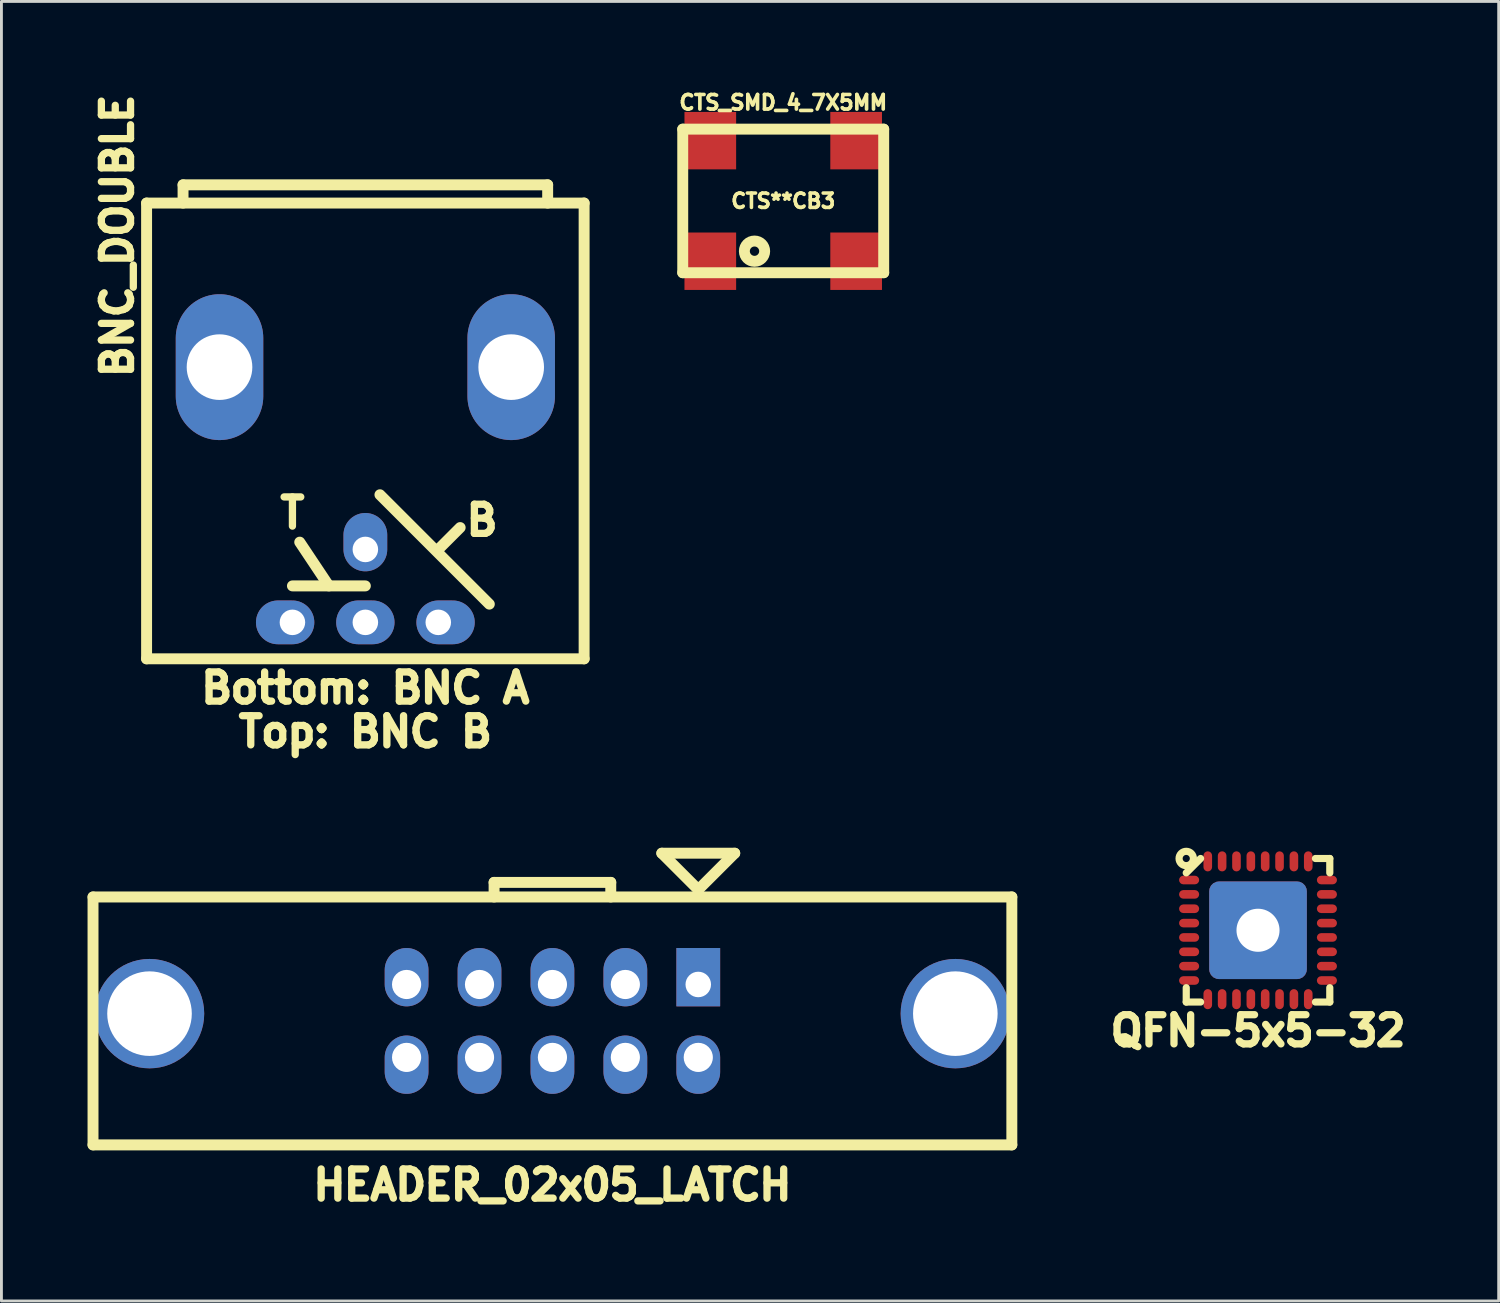
<source format=kicad_pcb>
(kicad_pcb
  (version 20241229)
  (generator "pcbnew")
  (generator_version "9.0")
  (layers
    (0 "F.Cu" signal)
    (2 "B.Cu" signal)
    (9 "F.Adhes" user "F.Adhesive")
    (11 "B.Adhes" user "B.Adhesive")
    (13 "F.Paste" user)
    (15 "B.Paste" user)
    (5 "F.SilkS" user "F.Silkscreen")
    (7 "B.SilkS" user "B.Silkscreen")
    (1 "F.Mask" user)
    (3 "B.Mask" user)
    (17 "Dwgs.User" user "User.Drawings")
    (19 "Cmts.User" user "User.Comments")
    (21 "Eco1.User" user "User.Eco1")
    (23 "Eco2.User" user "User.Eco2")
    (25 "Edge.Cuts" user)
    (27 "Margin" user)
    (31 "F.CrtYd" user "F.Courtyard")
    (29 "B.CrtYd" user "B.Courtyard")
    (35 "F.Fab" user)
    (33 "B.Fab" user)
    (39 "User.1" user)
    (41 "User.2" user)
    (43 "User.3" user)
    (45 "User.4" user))
  (footprint "CTS_SMD_4_7X5MM"
    (layer "F.Cu")
    (at 24.231 3.949)
    (property "Reference" "CTS_SMD_4_7X5MM" (at 0 -3.429 0) (layer "F.SilkS") (effects (font (size 0.508 0.508) (thickness 0.127))))
    (attr through_hole)
    (fp_line (start -3.5 -2.5) (end -3.5 2.5) (stroke (width 0.381) (type solid)) (layer "F.SilkS"))
    (fp_line (start -3.5 2.5) (end 3.5 2.5) (stroke (width 0.381) (type solid)) (layer "F.SilkS"))
    (fp_line (start 3.5 -2.5) (end -3.5 -2.5) (stroke (width 0.381) (type solid)) (layer "F.SilkS"))
    (fp_line (start 3.5 2.5) (end 3.5 -2.5) (stroke (width 0.381) (type solid)) (layer "F.SilkS"))
    (fp_circle (center -1 1.75) (end -0.75 1.5) (stroke (width 0.381) (type solid)) (fill no) (layer "F.SilkS"))
    (fp_text user "CTS**CB3" (at 0 0 0) (layer "F.SilkS") (effects (font (size 0.5 0.5) (thickness 0.125))))
    (pad "1" smd rect (at -2.54 2.1) (size 1.8 2) (layers "F.Cu" "F.Mask" "F.Paste"))
    (pad "2" smd rect (at 2.54 2.1) (size 1.8 2) (layers "F.Cu" "F.Mask" "F.Paste"))
    (pad "3" smd rect (at 2.54 -2.1) (size 1.8 2) (layers "F.Cu" "F.Mask" "F.Paste"))
    (pad "4" smd rect (at -2.54 -2.1) (size 1.8 2) (layers "F.Cu" "F.Mask" "F.Paste")))
  (footprint "BNC_DOUBLE"
    (layer "F.Cu")
    (at 9.676 9.738)
    (property "Reference" "BNC_DOUBLE" (at -8.636 -4.572 270) (layer "F.SilkS") (effects (font (size 1.016 1.016) (thickness 0.254))))
    (attr through_hole)
    (fp_line (start -7.62 -5.715) (end -7.62 10.16) (stroke (width 0.381) (type solid)) (layer "F.SilkS"))
    (fp_line (start -7.62 10.16) (end 7.62 10.16) (stroke (width 0.381) (type solid)) (layer "F.SilkS"))
    (fp_line (start -6.35 -6.35) (end 6.35 -6.35) (stroke (width 0.381) (type solid)) (layer "F.SilkS"))
    (fp_line (start -6.35 -5.715) (end -6.35 -6.35) (stroke (width 0.381) (type solid)) (layer "F.SilkS"))
    (fp_line (start -1.27 7.62) (end -2.286 6.096) (stroke (width 0.381) (type solid)) (layer "F.SilkS"))
    (fp_line (start 0 7.62) (end -2.54 7.62) (stroke (width 0.381) (type solid)) (layer "F.SilkS"))
    (fp_line (start 2.54 6.35) (end 3.302 5.588) (stroke (width 0.381) (type solid)) (layer "F.SilkS"))
    (fp_line (start 4.318 8.255) (end 0.508 4.445) (stroke (width 0.381) (type solid)) (layer "F.SilkS"))
    (fp_line (start 6.35 -6.35) (end 6.35 -5.715) (stroke (width 0.381) (type solid)) (layer "F.SilkS"))
    (fp_line (start 7.62 -5.715) (end -7.62 -5.715) (stroke (width 0.381) (type solid)) (layer "F.SilkS"))
    (fp_line (start 7.62 10.16) (end 7.62 -5.715) (stroke (width 0.381) (type solid)) (layer "F.SilkS"))
    (fp_text user "B" (at 4.064 5.334 0) (layer "F.SilkS") (effects (font (size 1.016 1.016) (thickness 0.254))))
    (fp_text user "T" (at -2.54 5.08 0) (layer "F.SilkS") (effects (font (size 1.016 1.016) (thickness 0.254))))
    (fp_text user "Bottom: BNC A" (at 0 11.176 0) (layer "F.SilkS") (effects (font (size 1.016 1.016) (thickness 0.254))))
    (fp_text user "Top: BNC B" (at 0 12.7 0) (layer "F.SilkS") (effects (font (size 1.016 1.016) (thickness 0.254))))
    (pad "" thru_hole oval (at -5.08 0) (size 3.048 5.08) (drill 2.286) (layers "*.Cu" "*.Mask"))
    (pad "" thru_hole oval (at 5.08 0) (size 3.048 5.08) (drill 2.286) (layers "*.Cu" "*.Mask"))
    (pad "1" thru_hole oval (at 0 6.35) (size 1.524 2.032) (drill 0.889 (offset 0 -0.254)) (layers "*.Cu" "*.Mask"))
    (pad "2" thru_hole oval (at 2.54 8.89) (size 2.032 1.524) (drill 0.889 (offset 0.254 0)) (layers "*.Cu" "*.Mask"))
    (pad "3" thru_hole oval (at 0 8.89) (size 2.032 1.524) (drill 0.889) (layers "*.Cu" "*.Mask"))
    (pad "4" thru_hole oval (at -2.54 8.89) (size 2.032 1.524) (drill 0.889 (offset -0.254 0)) (layers "*.Cu" "*.Mask")))
  (footprint "HEADER_02x05_LATCH"
    (layer "F.Cu")
    (at 16.192 32.511)
    (property "Reference" "HEADER_02x05_LATCH" (at 0 5.715 0) (layer "F.SilkS") (effects (font (size 1.016 1.016) (thickness 0.254))))
    (attr through_hole)
    (fp_line (start -16.002 -4.318) (end -16.002 4.318) (stroke (width 0.381) (type solid)) (layer "F.SilkS"))
    (fp_line (start -16.002 4.318) (end 16.002 4.318) (stroke (width 0.381) (type solid)) (layer "F.SilkS"))
    (fp_line (start -2.032 -4.826) (end 2.032 -4.826) (stroke (width 0.381) (type solid)) (layer "F.SilkS"))
    (fp_line (start -2.032 -4.318) (end -2.032 -4.826) (stroke (width 0.381) (type solid)) (layer "F.SilkS"))
    (fp_line (start 2.032 -4.826) (end 2.032 -4.318) (stroke (width 0.381) (type solid)) (layer "F.SilkS"))
    (fp_line (start 3.81 -5.842) (end 5.08 -4.572) (stroke (width 0.381) (type solid)) (layer "F.SilkS"))
    (fp_line (start 5.08 -4.572) (end 6.35 -5.842) (stroke (width 0.381) (type solid)) (layer "F.SilkS"))
    (fp_line (start 6.35 -5.842) (end 3.81 -5.842) (stroke (width 0.381) (type solid)) (layer "F.SilkS"))
    (fp_line (start 16.002 -4.318) (end -16.002 -4.318) (stroke (width 0.381) (type solid)) (layer "F.SilkS"))
    (fp_line (start 16.002 -4.318) (end 16.002 4.318) (stroke (width 0.381) (type solid)) (layer "F.SilkS"))
    (pad "" thru_hole circle (at -14.034 -0.254) (size 3.81 3.81) (drill 2.946) (layers "*.Cu" "*.Mask"))
    (pad "" thru_hole circle (at 14.034 -0.254) (size 3.81 3.81) (drill 2.946) (layers "*.Cu" "*.Mask"))
    (pad "1" thru_hole rect (at 5.08 -1.27) (size 1.524 2.032) (drill 0.889 (offset 0 -0.254)) (layers "*.Cu" "*.Mask"))
    (pad "2" thru_hole oval (at 5.08 1.27) (size 1.524 2.032) (drill 1.016 (offset 0 0.254)) (layers "*.Cu" "*.Mask"))
    (pad "3" thru_hole oval (at 2.54 -1.27) (size 1.524 2.032) (drill 1.016 (offset 0 -0.254)) (layers "*.Cu" "*.Mask"))
    (pad "4" thru_hole oval (at 2.54 1.27) (size 1.524 2.032) (drill 1.016 (offset 0 0.254)) (layers "*.Cu" "*.Mask"))
    (pad "5" thru_hole oval (at 0 -1.27) (size 1.524 2.032) (drill 1.016 (offset 0 -0.254)) (layers "*.Cu" "*.Mask"))
    (pad "6" thru_hole oval (at 0 1.27) (size 1.524 2.032) (drill 1.016 (offset 0 0.254)) (layers "*.Cu" "*.Mask"))
    (pad "7" thru_hole oval (at -2.54 -1.27) (size 1.524 2.032) (drill 1.016 (offset 0 -0.254)) (layers "*.Cu" "*.Mask"))
    (pad "8" thru_hole oval (at -2.54 1.27) (size 1.524 2.032) (drill 1.016 (offset 0 0.254)) (layers "*.Cu" "*.Mask"))
    (pad "9" thru_hole oval (at -5.08 -1.27) (size 1.524 2.032) (drill 1.016 (offset 0 -0.254)) (layers "*.Cu" "*.Mask"))
    (pad "10" thru_hole oval (at -5.08 1.27) (size 1.524 2.032) (drill 1.016 (offset 0 0.254)) (layers "*.Cu" "*.Mask")))
  (footprint "QFN-5x5-32"
    (layer "F.Cu")
    (at 40.769 29.353)
    (property "Reference" "QFN-5x5-32" (at 0 3.5 0) (layer "F.SilkS") (effects (font (size 1.016 1.016) (thickness 0.254))))
    (attr through_hole)
    (fp_line (start -2.5 2) (end -2.5 2.5) (stroke (width 0.25) (type solid)) (layer "F.SilkS"))
    (fp_line (start -2.5 2.5) (end -2 2.5) (stroke (width 0.25) (type solid)) (layer "F.SilkS"))
    (fp_line (start -2 -2.5) (end -2.5 -2) (stroke (width 0.25) (type solid)) (layer "F.SilkS"))
    (fp_line (start 2 -2.5) (end 2.5 -2.5) (stroke (width 0.25) (type solid)) (layer "F.SilkS"))
    (fp_line (start 2.5 -2.5) (end 2.5 -2) (stroke (width 0.25) (type solid)) (layer "F.SilkS"))
    (fp_line (start 2.5 2) (end 2.5 2.5) (stroke (width 0.25) (type solid)) (layer "F.SilkS"))
    (fp_line (start 2.5 2.5) (end 2 2.5) (stroke (width 0.25) (type solid)) (layer "F.SilkS"))
    (fp_circle (center -2.5 -2.5) (end -2.5 -2.75) (stroke (width 0.25) (type solid)) (fill no) (layer "F.SilkS"))
    (pad "1" smd roundrect (at -2.4 -1.75) (size 0.7 0.3) (layers "F.Cu" "F.Mask" "F.Paste") (roundrect_rratio 0.5))
    (pad "2" smd roundrect (at -2.4 -1.25) (size 0.7 0.3) (layers "F.Cu" "F.Mask" "F.Paste") (roundrect_rratio 0.5))
    (pad "3" smd roundrect (at -2.4 -0.75) (size 0.7 0.3) (layers "F.Cu" "F.Mask" "F.Paste") (roundrect_rratio 0.5))
    (pad "4" smd roundrect (at -2.4 -0.25) (size 0.7 0.3) (layers "F.Cu" "F.Mask" "F.Paste") (roundrect_rratio 0.5))
    (pad "5" smd roundrect (at -2.4 0.25) (size 0.7 0.3) (layers "F.Cu" "F.Mask" "F.Paste") (roundrect_rratio 0.5))
    (pad "6" smd roundrect (at -2.4 0.75) (size 0.7 0.3) (layers "F.Cu" "F.Mask" "F.Paste") (roundrect_rratio 0.5))
    (pad "7" smd roundrect (at -2.4 1.25) (size 0.7 0.3) (layers "F.Cu" "F.Mask" "F.Paste") (roundrect_rratio 0.5))
    (pad "8" smd roundrect (at -2.4 1.75) (size 0.7 0.3) (layers "F.Cu" "F.Mask" "F.Paste") (roundrect_rratio 0.5))
    (pad "9" smd roundrect (at -1.75 2.4) (size 0.3 0.7) (layers "F.Cu" "F.Mask" "F.Paste") (roundrect_rratio 0.5))
    (pad "10" smd roundrect (at -1.25 2.4) (size 0.3 0.7) (layers "F.Cu" "F.Mask" "F.Paste") (roundrect_rratio 0.5))
    (pad "11" smd roundrect (at -0.75 2.4) (size 0.3 0.7) (layers "F.Cu" "F.Mask" "F.Paste") (roundrect_rratio 0.5))
    (pad "12" smd roundrect (at -0.25 2.4) (size 0.3 0.7) (layers "F.Cu" "F.Mask" "F.Paste") (roundrect_rratio 0.5))
    (pad "13" smd roundrect (at 0.25 2.4) (size 0.3 0.7) (layers "F.Cu" "F.Mask" "F.Paste") (roundrect_rratio 0.5))
    (pad "14" smd roundrect (at 0.75 2.4) (size 0.3 0.7) (layers "F.Cu" "F.Mask" "F.Paste") (roundrect_rratio 0.5))
    (pad "15" smd roundrect (at 1.25 2.4) (size 0.3 0.7) (layers "F.Cu" "F.Mask" "F.Paste") (roundrect_rratio 0.5))
    (pad "16" smd roundrect (at 1.75 2.4) (size 0.3 0.7) (layers "F.Cu" "F.Mask" "F.Paste") (roundrect_rratio 0.5))
    (pad "17" smd roundrect (at 2.4 1.75) (size 0.7 0.3) (layers "F.Cu" "F.Mask" "F.Paste") (roundrect_rratio 0.5))
    (pad "18" smd roundrect (at 2.4 1.25) (size 0.7 0.3) (layers "F.Cu" "F.Mask" "F.Paste") (roundrect_rratio 0.5))
    (pad "19" smd roundrect (at 2.4 0.75) (size 0.7 0.3) (layers "F.Cu" "F.Mask" "F.Paste") (roundrect_rratio 0.5))
    (pad "20" smd roundrect (at 2.4 0.25) (size 0.7 0.3) (layers "F.Cu" "F.Mask" "F.Paste") (roundrect_rratio 0.5))
    (pad "21" smd roundrect (at 2.4 -0.25) (size 0.7 0.3) (layers "F.Cu" "F.Mask" "F.Paste") (roundrect_rratio 0.5))
    (pad "22" smd roundrect (at 2.4 -0.75) (size 0.7 0.3) (layers "F.Cu" "F.Mask" "F.Paste") (roundrect_rratio 0.5))
    (pad "23" smd roundrect (at 2.4 -1.25) (size 0.7 0.3) (layers "F.Cu" "F.Mask" "F.Paste") (roundrect_rratio 0.5))
    (pad "24" smd roundrect (at 2.4 -1.75) (size 0.7 0.3) (layers "F.Cu" "F.Mask" "F.Paste") (roundrect_rratio 0.5))
    (pad "25" smd roundrect (at 1.75 -2.4) (size 0.3 0.7) (layers "F.Cu" "F.Mask" "F.Paste") (roundrect_rratio 0.5))
    (pad "26" smd roundrect (at 1.25 -2.4) (size 0.3 0.7) (layers "F.Cu" "F.Mask" "F.Paste") (roundrect_rratio 0.5))
    (pad "27" smd roundrect (at 0.75 -2.4) (size 0.3 0.7) (layers "F.Cu" "F.Mask" "F.Paste") (roundrect_rratio 0.5))
    (pad "28" smd roundrect (at 0.25 -2.4) (size 0.3 0.7) (layers "F.Cu" "F.Mask" "F.Paste") (roundrect_rratio 0.5))
    (pad "29" smd roundrect (at -0.25 -2.4) (size 0.3 0.7) (layers "F.Cu" "F.Mask" "F.Paste") (roundrect_rratio 0.5))
    (pad "30" smd roundrect (at -0.75 -2.4) (size 0.3 0.7) (layers "F.Cu" "F.Mask" "F.Paste") (roundrect_rratio 0.5))
    (pad "31" smd roundrect (at -1.25 -2.4) (size 0.3 0.7) (layers "F.Cu" "F.Mask" "F.Paste") (roundrect_rratio 0.5))
    (pad "32" smd roundrect (at -1.75 -2.4) (size 0.3 0.7) (layers "F.Cu" "F.Mask" "F.Paste") (roundrect_rratio 0.5))
    (pad "PAD" thru_hole roundrect (at 0 0) (size 3.4 3.4) (drill 1.5) (layers "*.Cu" "*.Mask" "F.Paste") (roundrect_rratio 0.1)))
  (gr_rect
    (start -3 -3)
    (end 49.152 42.266)
    (stroke (width 0.1) (type default))
    (fill no)
    (layer "Edge.Cuts")))
</source>
